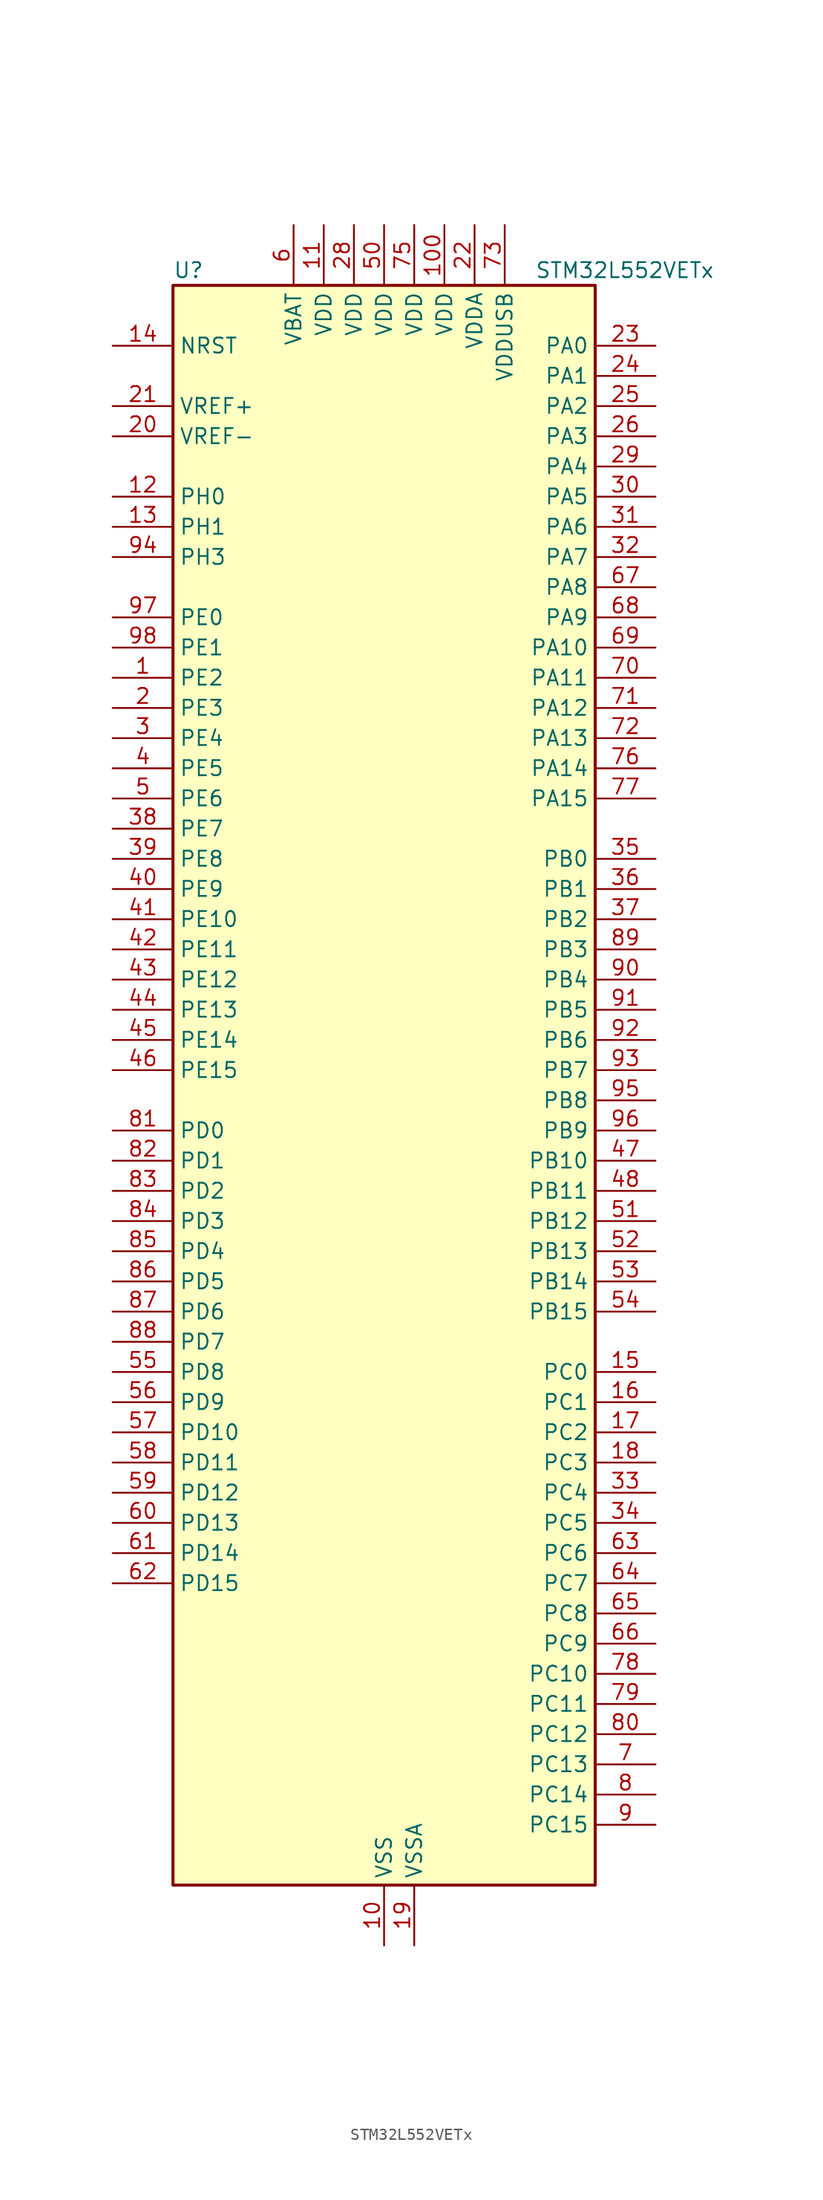
<source format=kicad_sym>
(kicad_symbol_lib
  (version 20241209)
  (generator "kicad_symbol_editor")
  (generator_version "9.0")
  (symbol "STM32L552VETx"
    (property "Reference" "U"
      (at -17.78 69.85 0)
      (effects (font (size 1.27 1.27)) (justify left)))
    (property "Value" "STM32L552VETx"
      (at 12.7 69.85 0)
      (effects (font (size 1.27 1.27)) (justify left)))
    (symbol "STM32L552VETx_0_1"
      (rectangle (start -17.78 -66.04) (end 17.78 68.58) (stroke (width 0.254) (type default)) (fill (type background))))
    (symbol "STM32L552VETx_1_1"
      (pin input line (at -22.86 63.5 0) (length 5.08) (name "NRST" (effects (font (size 1.27 1.27)))) (number "14" (effects (font (size 1.27 1.27)))))
      (pin input line (at -22.86 58.42 0) (length 5.08) (name "VREF+" (effects (font (size 1.27 1.27)))) (number "21" (effects (font (size 1.27 1.27)))) (alternate "VREFBUF_OUT" bidirectional line))
      (pin input line (at -22.86 55.88 0) (length 5.08) (name "VREF-" (effects (font (size 1.27 1.27)))) (number "20" (effects (font (size 1.27 1.27)))))
      (pin bidirectional line (at -22.86 50.8 0) (length 5.08) (name "PH0" (effects (font (size 1.27 1.27)))) (number "12" (effects (font (size 1.27 1.27)))) (alternate "RCC_OSC_IN" bidirectional line))
      (pin bidirectional line (at -22.86 48.26 0) (length 5.08) (name "PH1" (effects (font (size 1.27 1.27)))) (number "13" (effects (font (size 1.27 1.27)))) (alternate "RCC_OSC_OUT" bidirectional line))
      (pin bidirectional line (at -22.86 45.72 0) (length 5.08) (name "PH3" (effects (font (size 1.27 1.27)))) (number "94" (effects (font (size 1.27 1.27)))))
      (pin bidirectional line (at -22.86 40.64 0) (length 5.08) (name "PE0" (effects (font (size 1.27 1.27)))) (number "97" (effects (font (size 1.27 1.27)))) (alternate "FMC_NBL0" bidirectional line) (alternate "TIM16_CH1" bidirectional line) (alternate "TIM4_ETR" bidirectional line))
      (pin bidirectional line (at -22.86 38.1 0) (length 5.08) (name "PE1" (effects (font (size 1.27 1.27)))) (number "98" (effects (font (size 1.27 1.27)))) (alternate "FMC_NBL1" bidirectional line) (alternate "TIM17_CH1" bidirectional line))
      (pin bidirectional line (at -22.86 35.56 0) (length 5.08) (name "PE2" (effects (font (size 1.27 1.27)))) (number "1" (effects (font (size 1.27 1.27)))) (alternate "DEBUG_TRACECLK" bidirectional line) (alternate "FMC_A23" bidirectional line) (alternate "SAI1_CK1" bidirectional line) (alternate "SAI1_MCLK_A" bidirectional line) (alternate "TIM3_ETR" bidirectional line) (alternate "TSC_G7_IO1" bidirectional line))
      (pin bidirectional line (at -22.86 33.02 0) (length 5.08) (name "PE3" (effects (font (size 1.27 1.27)))) (number "2" (effects (font (size 1.27 1.27)))) (alternate "DEBUG_TRACED0" bidirectional line) (alternate "FMC_A19" bidirectional line) (alternate "OCTOSPI1_DQS" bidirectional line) (alternate "SAI1_SD_B" bidirectional line) (alternate "TIM3_CH1" bidirectional line) (alternate "TSC_G7_IO2" bidirectional line))
      (pin bidirectional line (at -22.86 30.48 0) (length 5.08) (name "PE4" (effects (font (size 1.27 1.27)))) (number "3" (effects (font (size 1.27 1.27)))) (alternate "DEBUG_TRACED1" bidirectional line) (alternate "DFSDM1_DATIN3" bidirectional line) (alternate "FMC_A20" bidirectional line) (alternate "SAI1_D2" bidirectional line) (alternate "SAI1_FS_A" bidirectional line) (alternate "TIM3_CH2" bidirectional line) (alternate "TSC_G7_IO3" bidirectional line))
      (pin bidirectional line (at -22.86 27.94 0) (length 5.08) (name "PE5" (effects (font (size 1.27 1.27)))) (number "4" (effects (font (size 1.27 1.27)))) (alternate "DEBUG_TRACED2" bidirectional line) (alternate "DFSDM1_CKIN3" bidirectional line) (alternate "FMC_A21" bidirectional line) (alternate "SAI1_CK2" bidirectional line) (alternate "SAI1_SCK_A" bidirectional line) (alternate "TIM3_CH3" bidirectional line) (alternate "TSC_G7_IO4" bidirectional line))
      (pin bidirectional line (at -22.86 25.4 0) (length 5.08) (name "PE6" (effects (font (size 1.27 1.27)))) (number "5" (effects (font (size 1.27 1.27)))) (alternate "DEBUG_TRACED3" bidirectional line) (alternate "FMC_A22" bidirectional line) (alternate "PWR_WKUP3" bidirectional line) (alternate "SAI1_D1" bidirectional line) (alternate "SAI1_SD_A" bidirectional line) (alternate "TAMP_IN3" bidirectional line) (alternate "TAMP_OUT6" bidirectional line) (alternate "TIM3_CH4" bidirectional line))
      (pin bidirectional line (at -22.86 22.86 0) (length 5.08) (name "PE7" (effects (font (size 1.27 1.27)))) (number "38" (effects (font (size 1.27 1.27)))) (alternate "DFSDM1_DATIN2" bidirectional line) (alternate "FMC_D4" bidirectional line) (alternate "FMC_DA4" bidirectional line) (alternate "SAI1_SD_B" bidirectional line) (alternate "TIM1_ETR" bidirectional line))
      (pin bidirectional line (at -22.86 20.32 0) (length 5.08) (name "PE8" (effects (font (size 1.27 1.27)))) (number "39" (effects (font (size 1.27 1.27)))) (alternate "DFSDM1_CKIN2" bidirectional line) (alternate "FMC_D5" bidirectional line) (alternate "FMC_DA5" bidirectional line) (alternate "SAI1_SCK_B" bidirectional line) (alternate "TIM1_CH1N" bidirectional line))
      (pin bidirectional line (at -22.86 17.78 0) (length 5.08) (name "PE9" (effects (font (size 1.27 1.27)))) (number "40" (effects (font (size 1.27 1.27)))) (alternate "DAC1_EXTI9" bidirectional line) (alternate "DFSDM1_CKOUT" bidirectional line) (alternate "FMC_D6" bidirectional line) (alternate "FMC_DA6" bidirectional line) (alternate "OCTOSPI1_NCLK" bidirectional line) (alternate "SAI1_FS_B" bidirectional line) (alternate "TIM1_CH1" bidirectional line))
      (pin bidirectional line (at -22.86 15.24 0) (length 5.08) (name "PE10" (effects (font (size 1.27 1.27)))) (number "41" (effects (font (size 1.27 1.27)))) (alternate "FMC_D7" bidirectional line) (alternate "FMC_DA7" bidirectional line) (alternate "OCTOSPI1_CLK" bidirectional line) (alternate "SAI1_MCLK_B" bidirectional line) (alternate "TIM1_CH2N" bidirectional line) (alternate "TSC_G5_IO1" bidirectional line))
      (pin bidirectional line (at -22.86 12.7 0) (length 5.08) (name "PE11" (effects (font (size 1.27 1.27)))) (number "42" (effects (font (size 1.27 1.27)))) (alternate "ADC1_EXTI11" bidirectional line) (alternate "ADC2_EXTI11" bidirectional line) (alternate "FMC_D8" bidirectional line) (alternate "FMC_DA8" bidirectional line) (alternate "OCTOSPI1_NCS" bidirectional line) (alternate "TIM1_CH2" bidirectional line) (alternate "TSC_G5_IO2" bidirectional line))
      (pin bidirectional line (at -22.86 10.16 0) (length 5.08) (name "PE12" (effects (font (size 1.27 1.27)))) (number "43" (effects (font (size 1.27 1.27)))) (alternate "FMC_D9" bidirectional line) (alternate "FMC_DA9" bidirectional line) (alternate "OCTOSPI1_IO0" bidirectional line) (alternate "SPI1_NSS" bidirectional line) (alternate "TIM1_CH3N" bidirectional line) (alternate "TSC_G5_IO3" bidirectional line))
      (pin bidirectional line (at -22.86 7.62 0) (length 5.08) (name "PE13" (effects (font (size 1.27 1.27)))) (number "44" (effects (font (size 1.27 1.27)))) (alternate "FMC_D10" bidirectional line) (alternate "FMC_DA10" bidirectional line) (alternate "OCTOSPI1_IO1" bidirectional line) (alternate "SPI1_SCK" bidirectional line) (alternate "TIM1_CH3" bidirectional line) (alternate "TSC_G5_IO4" bidirectional line))
      (pin bidirectional line (at -22.86 5.08 0) (length 5.08) (name "PE14" (effects (font (size 1.27 1.27)))) (number "45" (effects (font (size 1.27 1.27)))) (alternate "FMC_D11" bidirectional line) (alternate "FMC_DA11" bidirectional line) (alternate "OCTOSPI1_IO2" bidirectional line) (alternate "SPI1_MISO" bidirectional line) (alternate "TIM1_BKIN2" bidirectional line) (alternate "TIM1_CH4" bidirectional line))
      (pin bidirectional line (at -22.86 2.54 0) (length 5.08) (name "PE15" (effects (font (size 1.27 1.27)))) (number "46" (effects (font (size 1.27 1.27)))) (alternate "ADC1_EXTI15" bidirectional line) (alternate "ADC2_EXTI15" bidirectional line) (alternate "FMC_D12" bidirectional line) (alternate "FMC_DA12" bidirectional line) (alternate "OCTOSPI1_IO3" bidirectional line) (alternate "SPI1_MOSI" bidirectional line) (alternate "TIM1_BKIN" bidirectional line))
      (pin bidirectional line (at -22.86 -2.54 0) (length 5.08) (name "PD0" (effects (font (size 1.27 1.27)))) (number "81" (effects (font (size 1.27 1.27)))) (alternate "FDCAN1_RX" bidirectional line) (alternate "FMC_D2" bidirectional line) (alternate "FMC_DA2" bidirectional line) (alternate "SPI2_NSS" bidirectional line))
      (pin bidirectional line (at -22.86 -5.08 0) (length 5.08) (name "PD1" (effects (font (size 1.27 1.27)))) (number "82" (effects (font (size 1.27 1.27)))) (alternate "FDCAN1_TX" bidirectional line) (alternate "FMC_D3" bidirectional line) (alternate "FMC_DA3" bidirectional line) (alternate "SPI2_SCK" bidirectional line))
      (pin bidirectional line (at -22.86 -7.62 0) (length 5.08) (name "PD2" (effects (font (size 1.27 1.27)))) (number "83" (effects (font (size 1.27 1.27)))) (alternate "DEBUG_TRACED2" bidirectional line) (alternate "SDMMC1_CMD" bidirectional line) (alternate "TIM3_ETR" bidirectional line) (alternate "TSC_SYNC" bidirectional line) (alternate "UART5_RX" bidirectional line) (alternate "USART3_DE" bidirectional line) (alternate "USART3_RTS" bidirectional line))
      (pin bidirectional line (at -22.86 -10.16 0) (length 5.08) (name "PD3" (effects (font (size 1.27 1.27)))) (number "84" (effects (font (size 1.27 1.27)))) (alternate "DFSDM1_DATIN0" bidirectional line) (alternate "FMC_CLK" bidirectional line) (alternate "SPI2_MISO" bidirectional line) (alternate "SPI2_SCK" bidirectional line) (alternate "USART2_CTS" bidirectional line) (alternate "USART2_NSS" bidirectional line))
      (pin bidirectional line (at -22.86 -12.7 0) (length 5.08) (name "PD4" (effects (font (size 1.27 1.27)))) (number "85" (effects (font (size 1.27 1.27)))) (alternate "DFSDM1_CKIN0" bidirectional line) (alternate "FMC_NOE" bidirectional line) (alternate "OCTOSPI1_IO4" bidirectional line) (alternate "SPI2_MOSI" bidirectional line) (alternate "USART2_DE" bidirectional line) (alternate "USART2_RTS" bidirectional line))
      (pin bidirectional line (at -22.86 -15.24 0) (length 5.08) (name "PD5" (effects (font (size 1.27 1.27)))) (number "86" (effects (font (size 1.27 1.27)))) (alternate "FMC_NWE" bidirectional line) (alternate "OCTOSPI1_IO5" bidirectional line) (alternate "USART2_TX" bidirectional line))
      (pin bidirectional line (at -22.86 -17.78 0) (length 5.08) (name "PD6" (effects (font (size 1.27 1.27)))) (number "87" (effects (font (size 1.27 1.27)))) (alternate "DFSDM1_DATIN1" bidirectional line) (alternate "FMC_NWAIT" bidirectional line) (alternate "OCTOSPI1_IO6" bidirectional line) (alternate "SAI1_D1" bidirectional line) (alternate "SAI1_SD_A" bidirectional line) (alternate "SPI3_MOSI" bidirectional line) (alternate "USART2_RX" bidirectional line))
      (pin bidirectional line (at -22.86 -20.32 0) (length 5.08) (name "PD7" (effects (font (size 1.27 1.27)))) (number "88" (effects (font (size 1.27 1.27)))) (alternate "DFSDM1_CKIN1" bidirectional line) (alternate "FMC_NCE" bidirectional line) (alternate "FMC_NE1" bidirectional line) (alternate "OCTOSPI1_IO7" bidirectional line) (alternate "USART2_CK" bidirectional line))
      (pin bidirectional line (at -22.86 -22.86 0) (length 5.08) (name "PD8" (effects (font (size 1.27 1.27)))) (number "55" (effects (font (size 1.27 1.27)))) (alternate "FMC_D13" bidirectional line) (alternate "FMC_DA13" bidirectional line) (alternate "USART3_TX" bidirectional line))
      (pin bidirectional line (at -22.86 -25.4 0) (length 5.08) (name "PD9" (effects (font (size 1.27 1.27)))) (number "56" (effects (font (size 1.27 1.27)))) (alternate "DAC1_EXTI9" bidirectional line) (alternate "FMC_D14" bidirectional line) (alternate "FMC_DA14" bidirectional line) (alternate "SAI2_MCLK_A" bidirectional line) (alternate "USART3_RX" bidirectional line))
      (pin bidirectional line (at -22.86 -27.94 0) (length 5.08) (name "PD10" (effects (font (size 1.27 1.27)))) (number "57" (effects (font (size 1.27 1.27)))) (alternate "FMC_D15" bidirectional line) (alternate "FMC_DA15" bidirectional line) (alternate "SAI2_SCK_A" bidirectional line) (alternate "TSC_G6_IO1" bidirectional line) (alternate "USART3_CK" bidirectional line))
      (pin bidirectional line (at -22.86 -30.48 0) (length 5.08) (name "PD11" (effects (font (size 1.27 1.27)))) (number "58" (effects (font (size 1.27 1.27)))) (alternate "ADC1_EXTI11" bidirectional line) (alternate "ADC2_EXTI11" bidirectional line) (alternate "FMC_A16" bidirectional line) (alternate "FMC_CLE" bidirectional line) (alternate "I2C4_SMBA" bidirectional line) (alternate "LPTIM2_ETR" bidirectional line) (alternate "SAI2_SD_A" bidirectional line) (alternate "TSC_G6_IO2" bidirectional line) (alternate "USART3_CTS" bidirectional line) (alternate "USART3_NSS" bidirectional line))
      (pin bidirectional line (at -22.86 -33.02 0) (length 5.08) (name "PD12" (effects (font (size 1.27 1.27)))) (number "59" (effects (font (size 1.27 1.27)))) (alternate "FMC_A17" bidirectional line) (alternate "FMC_ALE" bidirectional line) (alternate "I2C4_SCL" bidirectional line) (alternate "LPTIM2_IN1" bidirectional line) (alternate "SAI2_FS_A" bidirectional line) (alternate "TIM4_CH1" bidirectional line) (alternate "TSC_G6_IO3" bidirectional line) (alternate "USART3_DE" bidirectional line) (alternate "USART3_RTS" bidirectional line))
      (pin bidirectional line (at -22.86 -35.56 0) (length 5.08) (name "PD13" (effects (font (size 1.27 1.27)))) (number "60" (effects (font (size 1.27 1.27)))) (alternate "FMC_A18" bidirectional line) (alternate "I2C4_SDA" bidirectional line) (alternate "LPTIM2_OUT" bidirectional line) (alternate "TIM4_CH2" bidirectional line) (alternate "TSC_G6_IO4" bidirectional line))
      (pin bidirectional line (at -22.86 -38.1 0) (length 5.08) (name "PD14" (effects (font (size 1.27 1.27)))) (number "61" (effects (font (size 1.27 1.27)))) (alternate "FMC_D0" bidirectional line) (alternate "FMC_DA0" bidirectional line) (alternate "TIM4_CH3" bidirectional line))
      (pin bidirectional line (at -22.86 -40.64 0) (length 5.08) (name "PD15" (effects (font (size 1.27 1.27)))) (number "62" (effects (font (size 1.27 1.27)))) (alternate "ADC1_EXTI15" bidirectional line) (alternate "ADC2_EXTI15" bidirectional line) (alternate "FMC_D1" bidirectional line) (alternate "FMC_DA1" bidirectional line) (alternate "TIM4_CH4" bidirectional line))
      (pin power_in line (at -7.62 73.66 270) (length 5.08) (name "VBAT" (effects (font (size 1.27 1.27)))) (number "6" (effects (font (size 1.27 1.27)))))
      (pin power_in line (at -5.08 73.66 270) (length 5.08) (name "VDD" (effects (font (size 1.27 1.27)))) (number "11" (effects (font (size 1.27 1.27)))))
      (pin power_in line (at -2.54 73.66 270) (length 5.08) (name "VDD" (effects (font (size 1.27 1.27)))) (number "28" (effects (font (size 1.27 1.27)))))
      (pin power_in line (at 0 73.66 270) (length 5.08) (name "VDD" (effects (font (size 1.27 1.27)))) (number "50" (effects (font (size 1.27 1.27)))))
      (pin power_in line (at 0 -71.12 90) (length 5.08) (name "VSS" (effects (font (size 1.27 1.27)))) (number "10" (effects (font (size 1.27 1.27)))))
      (pin passive line (at 0 -71.12 90) (length 5.08) (hide yes) (name "VSS" (effects (font (size 1.27 1.27)))) (number "27" (effects (font (size 1.27 1.27)))))
      (pin passive line (at 0 -71.12 90) (length 5.08) (hide yes) (name "VSS" (effects (font (size 1.27 1.27)))) (number "49" (effects (font (size 1.27 1.27)))))
      (pin passive line (at 0 -71.12 90) (length 5.08) (hide yes) (name "VSS" (effects (font (size 1.27 1.27)))) (number "74" (effects (font (size 1.27 1.27)))))
      (pin passive line (at 0 -71.12 90) (length 5.08) (hide yes) (name "VSS" (effects (font (size 1.27 1.27)))) (number "99" (effects (font (size 1.27 1.27)))))
      (pin power_in line (at 2.54 73.66 270) (length 5.08) (name "VDD" (effects (font (size 1.27 1.27)))) (number "75" (effects (font (size 1.27 1.27)))))
      (pin power_in line (at 2.54 -71.12 90) (length 5.08) (name "VSSA" (effects (font (size 1.27 1.27)))) (number "19" (effects (font (size 1.27 1.27)))))
      (pin power_in line (at 5.08 73.66 270) (length 5.08) (name "VDD" (effects (font (size 1.27 1.27)))) (number "100" (effects (font (size 1.27 1.27)))))
      (pin power_in line (at 7.62 73.66 270) (length 5.08) (name "VDDA" (effects (font (size 1.27 1.27)))) (number "22" (effects (font (size 1.27 1.27)))))
      (pin power_in line (at 10.16 73.66 270) (length 5.08) (name "VDDUSB" (effects (font (size 1.27 1.27)))) (number "73" (effects (font (size 1.27 1.27)))))
      (pin bidirectional line (at 22.86 63.5 180) (length 5.08) (name "PA0" (effects (font (size 1.27 1.27)))) (number "23" (effects (font (size 1.27 1.27)))) (alternate "ADC1_IN5" bidirectional line) (alternate "ADC2_IN5" bidirectional line) (alternate "OPAMP1_VINP" bidirectional line) (alternate "PWR_WKUP1" bidirectional line) (alternate "SAI1_EXTCLK" bidirectional line) (alternate "TAMP_IN2" bidirectional line) (alternate "TAMP_OUT1" bidirectional line) (alternate "TIM2_CH1" bidirectional line) (alternate "TIM2_ETR" bidirectional line) (alternate "TIM5_CH1" bidirectional line) (alternate "TIM8_ETR" bidirectional line) (alternate "UART4_TX" bidirectional line) (alternate "USART2_CTS" bidirectional line) (alternate "USART2_NSS" bidirectional line))
      (pin bidirectional line (at 22.86 60.96 180) (length 5.08) (name "PA1" (effects (font (size 1.27 1.27)))) (number "24" (effects (font (size 1.27 1.27)))) (alternate "ADC1_IN6" bidirectional line) (alternate "ADC2_IN6" bidirectional line) (alternate "I2C1_SMBA" bidirectional line) (alternate "OCTOSPI1_DQS" bidirectional line) (alternate "OPAMP1_VINM" bidirectional line) (alternate "SPI1_SCK" bidirectional line) (alternate "TAMP_IN5" bidirectional line) (alternate "TAMP_OUT4" bidirectional line) (alternate "TIM15_CH1N" bidirectional line) (alternate "TIM2_CH2" bidirectional line) (alternate "TIM5_CH2" bidirectional line) (alternate "UART4_RX" bidirectional line) (alternate "USART2_DE" bidirectional line) (alternate "USART2_RTS" bidirectional line))
      (pin bidirectional line (at 22.86 58.42 180) (length 5.08) (name "PA2" (effects (font (size 1.27 1.27)))) (number "25" (effects (font (size 1.27 1.27)))) (alternate "ADC1_IN7" bidirectional line) (alternate "ADC2_IN7" bidirectional line) (alternate "COMP1_INP" bidirectional line) (alternate "LPUART1_TX" bidirectional line) (alternate "OCTOSPI1_NCS" bidirectional line) (alternate "PWR_WKUP4" bidirectional line) (alternate "RCC_LSCO" bidirectional line) (alternate "SAI2_EXTCLK" bidirectional line) (alternate "TIM15_CH1" bidirectional line) (alternate "TIM2_CH3" bidirectional line) (alternate "TIM5_CH3" bidirectional line) (alternate "UCPD1_FRSTX1" bidirectional line) (alternate "USART2_TX" bidirectional line))
      (pin bidirectional line (at 22.86 55.88 180) (length 5.08) (name "PA3" (effects (font (size 1.27 1.27)))) (number "26" (effects (font (size 1.27 1.27)))) (alternate "ADC1_IN8" bidirectional line) (alternate "ADC2_IN8" bidirectional line) (alternate "LPUART1_RX" bidirectional line) (alternate "OCTOSPI1_CLK" bidirectional line) (alternate "OPAMP1_VOUT" bidirectional line) (alternate "SAI1_CK1" bidirectional line) (alternate "SAI1_MCLK_A" bidirectional line) (alternate "TIM15_CH2" bidirectional line) (alternate "TIM2_CH4" bidirectional line) (alternate "TIM5_CH4" bidirectional line) (alternate "USART2_RX" bidirectional line))
      (pin bidirectional line (at 22.86 53.34 180) (length 5.08) (name "PA4" (effects (font (size 1.27 1.27)))) (number "29" (effects (font (size 1.27 1.27)))) (alternate "ADC1_IN9" bidirectional line) (alternate "ADC2_IN9" bidirectional line) (alternate "DAC1_OUT1" bidirectional line) (alternate "LPTIM2_OUT" bidirectional line) (alternate "OCTOSPI1_NCS" bidirectional line) (alternate "SAI1_FS_B" bidirectional line) (alternate "SPI1_NSS" bidirectional line) (alternate "SPI3_NSS" bidirectional line) (alternate "USART2_CK" bidirectional line))
      (pin bidirectional line (at 22.86 50.8 180) (length 5.08) (name "PA5" (effects (font (size 1.27 1.27)))) (number "30" (effects (font (size 1.27 1.27)))) (alternate "ADC1_IN10" bidirectional line) (alternate "ADC2_IN10" bidirectional line) (alternate "DAC1_OUT2" bidirectional line) (alternate "LPTIM2_ETR" bidirectional line) (alternate "SPI1_SCK" bidirectional line) (alternate "TIM2_CH1" bidirectional line) (alternate "TIM2_ETR" bidirectional line) (alternate "TIM8_CH1N" bidirectional line))
      (pin bidirectional line (at 22.86 48.26 180) (length 5.08) (name "PA6" (effects (font (size 1.27 1.27)))) (number "31" (effects (font (size 1.27 1.27)))) (alternate "ADC1_IN11" bidirectional line) (alternate "ADC2_IN11" bidirectional line) (alternate "LPUART1_CTS" bidirectional line) (alternate "OCTOSPI1_IO3" bidirectional line) (alternate "OPAMP2_VINP" bidirectional line) (alternate "SPI1_MISO" bidirectional line) (alternate "TIM16_CH1" bidirectional line) (alternate "TIM1_BKIN" bidirectional line) (alternate "TIM3_CH1" bidirectional line) (alternate "TIM8_BKIN" bidirectional line) (alternate "USART3_CTS" bidirectional line) (alternate "USART3_NSS" bidirectional line))
      (pin bidirectional line (at 22.86 45.72 180) (length 5.08) (name "PA7" (effects (font (size 1.27 1.27)))) (number "32" (effects (font (size 1.27 1.27)))) (alternate "ADC1_IN12" bidirectional line) (alternate "ADC2_IN12" bidirectional line) (alternate "I2C3_SCL" bidirectional line) (alternate "OCTOSPI1_IO2" bidirectional line) (alternate "OPAMP2_VINM" bidirectional line) (alternate "SPI1_MOSI" bidirectional line) (alternate "TIM17_CH1" bidirectional line) (alternate "TIM1_CH1N" bidirectional line) (alternate "TIM3_CH2" bidirectional line) (alternate "TIM8_CH1N" bidirectional line))
      (pin bidirectional line (at 22.86 43.18 180) (length 5.08) (name "PA8" (effects (font (size 1.27 1.27)))) (number "67" (effects (font (size 1.27 1.27)))) (alternate "LPTIM2_OUT" bidirectional line) (alternate "RCC_MCO" bidirectional line) (alternate "SAI1_CK2" bidirectional line) (alternate "SAI1_SCK_A" bidirectional line) (alternate "TIM1_CH1" bidirectional line) (alternate "USART1_CK" bidirectional line))
      (pin bidirectional line (at 22.86 40.64 180) (length 5.08) (name "PA9" (effects (font (size 1.27 1.27)))) (number "68" (effects (font (size 1.27 1.27)))) (alternate "DAC1_EXTI9" bidirectional line) (alternate "SAI1_FS_A" bidirectional line) (alternate "SPI2_SCK" bidirectional line) (alternate "TIM15_BKIN" bidirectional line) (alternate "TIM1_CH2" bidirectional line) (alternate "USART1_TX" bidirectional line))
      (pin bidirectional line (at 22.86 38.1 180) (length 5.08) (name "PA10" (effects (font (size 1.27 1.27)))) (number "69" (effects (font (size 1.27 1.27)))) (alternate "CRS_SYNC" bidirectional line) (alternate "SAI1_D1" bidirectional line) (alternate "SAI1_SD_A" bidirectional line) (alternate "TIM17_BKIN" bidirectional line) (alternate "TIM1_CH3" bidirectional line) (alternate "USART1_RX" bidirectional line))
      (pin bidirectional line (at 22.86 35.56 180) (length 5.08) (name "PA11" (effects (font (size 1.27 1.27)))) (number "70" (effects (font (size 1.27 1.27)))) (alternate "ADC1_EXTI11" bidirectional line) (alternate "ADC2_EXTI11" bidirectional line) (alternate "FDCAN1_RX" bidirectional line) (alternate "SPI1_MISO" bidirectional line) (alternate "TIM1_BKIN2" bidirectional line) (alternate "TIM1_CH4" bidirectional line) (alternate "USART1_CTS" bidirectional line) (alternate "USART1_NSS" bidirectional line) (alternate "USB_DM" bidirectional line))
      (pin bidirectional line (at 22.86 33.02 180) (length 5.08) (name "PA12" (effects (font (size 1.27 1.27)))) (number "71" (effects (font (size 1.27 1.27)))) (alternate "FDCAN1_TX" bidirectional line) (alternate "SPI1_MOSI" bidirectional line) (alternate "TIM1_ETR" bidirectional line) (alternate "USART1_DE" bidirectional line) (alternate "USART1_RTS" bidirectional line) (alternate "USB_DP" bidirectional line))
      (pin bidirectional line (at 22.86 30.48 180) (length 5.08) (name "PA13" (effects (font (size 1.27 1.27)))) (number "72" (effects (font (size 1.27 1.27)))) (alternate "DEBUG_JTMS-SWDIO" bidirectional line) (alternate "IR_OUT" bidirectional line) (alternate "SAI1_SD_B" bidirectional line) (alternate "USB_NOE" bidirectional line))
      (pin bidirectional line (at 22.86 27.94 180) (length 5.08) (name "PA14" (effects (font (size 1.27 1.27)))) (number "76" (effects (font (size 1.27 1.27)))) (alternate "DEBUG_JTCK-SWCLK" bidirectional line) (alternate "I2C1_SMBA" bidirectional line) (alternate "I2C4_SMBA" bidirectional line) (alternate "LPTIM1_OUT" bidirectional line) (alternate "SAI1_FS_B" bidirectional line))
      (pin bidirectional line (at 22.86 25.4 180) (length 5.08) (name "PA15" (effects (font (size 1.27 1.27)))) (number "77" (effects (font (size 1.27 1.27)))) (alternate "ADC1_EXTI15" bidirectional line) (alternate "ADC2_EXTI15" bidirectional line) (alternate "DEBUG_JTDI" bidirectional line) (alternate "SAI2_FS_B" bidirectional line) (alternate "SPI1_NSS" bidirectional line) (alternate "SPI3_NSS" bidirectional line) (alternate "TIM2_CH1" bidirectional line) (alternate "TIM2_ETR" bidirectional line) (alternate "UART4_DE" bidirectional line) (alternate "UART4_RTS" bidirectional line) (alternate "UCPD1_CC1" bidirectional line) (alternate "USART2_RX" bidirectional line) (alternate "USART3_DE" bidirectional line) (alternate "USART3_RTS" bidirectional line))
      (pin bidirectional line (at 22.86 20.32 180) (length 5.08) (name "PB0" (effects (font (size 1.27 1.27)))) (number "35" (effects (font (size 1.27 1.27)))) (alternate "ADC1_IN15" bidirectional line) (alternate "ADC2_IN15" bidirectional line) (alternate "COMP1_OUT" bidirectional line) (alternate "OCTOSPI1_IO1" bidirectional line) (alternate "OPAMP2_VOUT" bidirectional line) (alternate "SAI1_EXTCLK" bidirectional line) (alternate "SPI1_NSS" bidirectional line) (alternate "TIM1_CH2N" bidirectional line) (alternate "TIM3_CH3" bidirectional line) (alternate "TIM8_CH2N" bidirectional line) (alternate "USART3_CK" bidirectional line))
      (pin bidirectional line (at 22.86 17.78 180) (length 5.08) (name "PB1" (effects (font (size 1.27 1.27)))) (number "36" (effects (font (size 1.27 1.27)))) (alternate "ADC1_IN16" bidirectional line) (alternate "ADC2_IN16" bidirectional line) (alternate "COMP1_INM" bidirectional line) (alternate "DFSDM1_DATIN0" bidirectional line) (alternate "LPTIM2_IN1" bidirectional line) (alternate "LPUART1_DE" bidirectional line) (alternate "LPUART1_RTS" bidirectional line) (alternate "OCTOSPI1_IO0" bidirectional line) (alternate "TIM1_CH3N" bidirectional line) (alternate "TIM3_CH4" bidirectional line) (alternate "TIM8_CH3N" bidirectional line) (alternate "USART3_DE" bidirectional line) (alternate "USART3_RTS" bidirectional line))
      (pin bidirectional line (at 22.86 15.24 180) (length 5.08) (name "PB2" (effects (font (size 1.27 1.27)))) (number "37" (effects (font (size 1.27 1.27)))) (alternate "COMP1_INP" bidirectional line) (alternate "DFSDM1_CKIN0" bidirectional line) (alternate "I2C3_SMBA" bidirectional line) (alternate "LPTIM1_OUT" bidirectional line) (alternate "OCTOSPI1_DQS" bidirectional line) (alternate "RTC_OUT2" bidirectional line) (alternate "UCPD1_FRSTX1" bidirectional line))
      (pin bidirectional line (at 22.86 12.7 180) (length 5.08) (name "PB3" (effects (font (size 1.27 1.27)))) (number "89" (effects (font (size 1.27 1.27)))) (alternate "COMP2_INM" bidirectional line) (alternate "CRS_SYNC" bidirectional line) (alternate "DEBUG_JTDO-SWO" bidirectional line) (alternate "SAI1_SCK_B" bidirectional line) (alternate "SPI1_SCK" bidirectional line) (alternate "SPI3_SCK" bidirectional line) (alternate "TIM2_CH2" bidirectional line) (alternate "USART1_DE" bidirectional line) (alternate "USART1_RTS" bidirectional line))
      (pin bidirectional line (at 22.86 10.16 180) (length 5.08) (name "PB4" (effects (font (size 1.27 1.27)))) (number "90" (effects (font (size 1.27 1.27)))) (alternate "COMP2_INP" bidirectional line) (alternate "DEBUG_JTRST" bidirectional line) (alternate "I2C3_SDA" bidirectional line) (alternate "SAI1_MCLK_B" bidirectional line) (alternate "SPI1_MISO" bidirectional line) (alternate "SPI3_MISO" bidirectional line) (alternate "TIM17_BKIN" bidirectional line) (alternate "TIM3_CH1" bidirectional line) (alternate "TSC_G2_IO1" bidirectional line) (alternate "UART5_DE" bidirectional line) (alternate "UART5_RTS" bidirectional line) (alternate "USART1_CTS" bidirectional line) (alternate "USART1_NSS" bidirectional line))
      (pin bidirectional line (at 22.86 7.62 180) (length 5.08) (name "PB5" (effects (font (size 1.27 1.27)))) (number "91" (effects (font (size 1.27 1.27)))) (alternate "COMP2_OUT" bidirectional line) (alternate "I2C1_SMBA" bidirectional line) (alternate "LPTIM1_IN1" bidirectional line) (alternate "OCTOSPI1_NCLK" bidirectional line) (alternate "SAI1_SD_B" bidirectional line) (alternate "SPI1_MOSI" bidirectional line) (alternate "SPI3_MOSI" bidirectional line) (alternate "TIM16_BKIN" bidirectional line) (alternate "TIM3_CH2" bidirectional line) (alternate "TSC_G2_IO2" bidirectional line) (alternate "UART5_CTS" bidirectional line) (alternate "UCPD1_DBCC1" bidirectional line) (alternate "USART1_CK" bidirectional line))
      (pin bidirectional line (at 22.86 5.08 180) (length 5.08) (name "PB6" (effects (font (size 1.27 1.27)))) (number "92" (effects (font (size 1.27 1.27)))) (alternate "COMP2_INP" bidirectional line) (alternate "I2C1_SCL" bidirectional line) (alternate "I2C4_SCL" bidirectional line) (alternate "LPTIM1_ETR" bidirectional line) (alternate "SAI1_FS_B" bidirectional line) (alternate "TIM16_CH1N" bidirectional line) (alternate "TIM4_CH1" bidirectional line) (alternate "TIM8_BKIN2" bidirectional line) (alternate "TSC_G2_IO3" bidirectional line) (alternate "USART1_TX" bidirectional line))
      (pin bidirectional line (at 22.86 2.54 180) (length 5.08) (name "PB7" (effects (font (size 1.27 1.27)))) (number "93" (effects (font (size 1.27 1.27)))) (alternate "COMP2_INM" bidirectional line) (alternate "FMC_NL" bidirectional line) (alternate "I2C1_SDA" bidirectional line) (alternate "I2C4_SDA" bidirectional line) (alternate "LPTIM1_IN2" bidirectional line) (alternate "PWR_PVD_IN" bidirectional line) (alternate "TIM17_CH1N" bidirectional line) (alternate "TIM4_CH2" bidirectional line) (alternate "TIM8_BKIN" bidirectional line) (alternate "TSC_G2_IO4" bidirectional line) (alternate "UART4_CTS" bidirectional line) (alternate "USART1_RX" bidirectional line))
      (pin bidirectional line (at 22.86 0 180) (length 5.08) (name "PB8" (effects (font (size 1.27 1.27)))) (number "95" (effects (font (size 1.27 1.27)))) (alternate "DFSDM1_CKOUT" bidirectional line) (alternate "FDCAN1_RX" bidirectional line) (alternate "I2C1_SCL" bidirectional line) (alternate "SAI1_CK1" bidirectional line) (alternate "SAI1_MCLK_A" bidirectional line) (alternate "SDMMC1_CKIN" bidirectional line) (alternate "SDMMC1_D4" bidirectional line) (alternate "TIM16_CH1" bidirectional line) (alternate "TIM4_CH3" bidirectional line))
      (pin bidirectional line (at 22.86 -2.54 180) (length 5.08) (name "PB9" (effects (font (size 1.27 1.27)))) (number "96" (effects (font (size 1.27 1.27)))) (alternate "DAC1_EXTI9" bidirectional line) (alternate "FDCAN1_TX" bidirectional line) (alternate "I2C1_SDA" bidirectional line) (alternate "IR_OUT" bidirectional line) (alternate "SAI1_D2" bidirectional line) (alternate "SAI1_FS_A" bidirectional line) (alternate "SDMMC1_CDIR" bidirectional line) (alternate "SDMMC1_D5" bidirectional line) (alternate "SPI2_NSS" bidirectional line) (alternate "TIM17_CH1" bidirectional line) (alternate "TIM4_CH4" bidirectional line))
      (pin bidirectional line (at 22.86 -5.08 180) (length 5.08) (name "PB10" (effects (font (size 1.27 1.27)))) (number "47" (effects (font (size 1.27 1.27)))) (alternate "COMP1_OUT" bidirectional line) (alternate "I2C2_SCL" bidirectional line) (alternate "I2C4_SCL" bidirectional line) (alternate "LPTIM3_OUT" bidirectional line) (alternate "LPUART1_RX" bidirectional line) (alternate "OCTOSPI1_CLK" bidirectional line) (alternate "SAI1_SCK_A" bidirectional line) (alternate "SPI2_SCK" bidirectional line) (alternate "TIM2_CH3" bidirectional line) (alternate "TSC_SYNC" bidirectional line) (alternate "USART3_TX" bidirectional line))
      (pin bidirectional line (at 22.86 -7.62 180) (length 5.08) (name "PB11" (effects (font (size 1.27 1.27)))) (number "48" (effects (font (size 1.27 1.27)))) (alternate "ADC1_EXTI11" bidirectional line) (alternate "ADC2_EXTI11" bidirectional line) (alternate "COMP2_OUT" bidirectional line) (alternate "I2C2_SDA" bidirectional line) (alternate "I2C4_SDA" bidirectional line) (alternate "LPUART1_TX" bidirectional line) (alternate "OCTOSPI1_NCS" bidirectional line) (alternate "TIM2_CH4" bidirectional line) (alternate "USART3_RX" bidirectional line))
      (pin bidirectional line (at 22.86 -10.16 180) (length 5.08) (name "PB12" (effects (font (size 1.27 1.27)))) (number "51" (effects (font (size 1.27 1.27)))) (alternate "DFSDM1_DATIN1" bidirectional line) (alternate "I2C2_SMBA" bidirectional line) (alternate "LPUART1_DE" bidirectional line) (alternate "LPUART1_RTS" bidirectional line) (alternate "OCTOSPI1_NCLK" bidirectional line) (alternate "SAI2_FS_A" bidirectional line) (alternate "SPI2_NSS" bidirectional line) (alternate "TIM15_BKIN" bidirectional line) (alternate "TIM1_BKIN" bidirectional line) (alternate "TSC_G1_IO1" bidirectional line) (alternate "USART3_CK" bidirectional line))
      (pin bidirectional line (at 22.86 -12.7 180) (length 5.08) (name "PB13" (effects (font (size 1.27 1.27)))) (number "52" (effects (font (size 1.27 1.27)))) (alternate "DFSDM1_CKIN1" bidirectional line) (alternate "I2C2_SCL" bidirectional line) (alternate "LPTIM3_IN1" bidirectional line) (alternate "LPUART1_CTS" bidirectional line) (alternate "SAI2_SCK_A" bidirectional line) (alternate "SPI2_SCK" bidirectional line) (alternate "TIM15_CH1N" bidirectional line) (alternate "TIM1_CH1N" bidirectional line) (alternate "TSC_G1_IO2" bidirectional line) (alternate "UCPD1_FRSTX2" bidirectional line) (alternate "USART3_CTS" bidirectional line) (alternate "USART3_NSS" bidirectional line))
      (pin bidirectional line (at 22.86 -15.24 180) (length 5.08) (name "PB14" (effects (font (size 1.27 1.27)))) (number "53" (effects (font (size 1.27 1.27)))) (alternate "DFSDM1_DATIN2" bidirectional line) (alternate "I2C2_SDA" bidirectional line) (alternate "LPTIM3_ETR" bidirectional line) (alternate "SAI2_MCLK_A" bidirectional line) (alternate "SPI2_MISO" bidirectional line) (alternate "TIM15_CH1" bidirectional line) (alternate "TIM1_CH2N" bidirectional line) (alternate "TIM8_CH2N" bidirectional line) (alternate "TSC_G1_IO3" bidirectional line) (alternate "UCPD1_DBCC2" bidirectional line) (alternate "USART3_DE" bidirectional line) (alternate "USART3_RTS" bidirectional line))
      (pin bidirectional line (at 22.86 -17.78 180) (length 5.08) (name "PB15" (effects (font (size 1.27 1.27)))) (number "54" (effects (font (size 1.27 1.27)))) (alternate "ADC1_EXTI15" bidirectional line) (alternate "ADC2_EXTI15" bidirectional line) (alternate "DFSDM1_CKIN2" bidirectional line) (alternate "RTC_REFIN" bidirectional line) (alternate "SAI2_SD_A" bidirectional line) (alternate "SPI2_MOSI" bidirectional line) (alternate "TIM15_CH2" bidirectional line) (alternate "TIM1_CH3N" bidirectional line) (alternate "TIM8_CH3N" bidirectional line) (alternate "UCPD1_CC2" bidirectional line))
      (pin bidirectional line (at 22.86 -22.86 180) (length 5.08) (name "PC0" (effects (font (size 1.27 1.27)))) (number "15" (effects (font (size 1.27 1.27)))) (alternate "ADC1_IN1" bidirectional line) (alternate "ADC2_IN1" bidirectional line) (alternate "I2C3_SCL" bidirectional line) (alternate "LPTIM1_IN1" bidirectional line) (alternate "LPTIM2_IN1" bidirectional line) (alternate "LPUART1_RX" bidirectional line) (alternate "OCTOSPI1_IO7" bidirectional line) (alternate "SAI2_FS_A" bidirectional line) (alternate "SDMMC1_D5" bidirectional line))
      (pin bidirectional line (at 22.86 -25.4 180) (length 5.08) (name "PC1" (effects (font (size 1.27 1.27)))) (number "16" (effects (font (size 1.27 1.27)))) (alternate "ADC1_IN2" bidirectional line) (alternate "ADC2_IN2" bidirectional line) (alternate "DEBUG_TRACED0" bidirectional line) (alternate "I2C3_SDA" bidirectional line) (alternate "LPTIM1_OUT" bidirectional line) (alternate "LPUART1_TX" bidirectional line) (alternate "OCTOSPI1_IO4" bidirectional line) (alternate "SAI1_SD_A" bidirectional line) (alternate "SPI2_MOSI" bidirectional line))
      (pin bidirectional line (at 22.86 -27.94 180) (length 5.08) (name "PC2" (effects (font (size 1.27 1.27)))) (number "17" (effects (font (size 1.27 1.27)))) (alternate "ADC1_IN3" bidirectional line) (alternate "ADC2_IN3" bidirectional line) (alternate "DFSDM1_CKOUT" bidirectional line) (alternate "LPTIM1_IN2" bidirectional line) (alternate "OCTOSPI1_IO5" bidirectional line) (alternate "SPI2_MISO" bidirectional line))
      (pin bidirectional line (at 22.86 -30.48 180) (length 5.08) (name "PC3" (effects (font (size 1.27 1.27)))) (number "18" (effects (font (size 1.27 1.27)))) (alternate "ADC1_IN4" bidirectional line) (alternate "ADC2_IN4" bidirectional line) (alternate "LPTIM1_ETR" bidirectional line) (alternate "LPTIM2_ETR" bidirectional line) (alternate "LPTIM3_OUT" bidirectional line) (alternate "OCTOSPI1_IO6" bidirectional line) (alternate "SAI1_D1" bidirectional line) (alternate "SAI1_SD_A" bidirectional line) (alternate "SPI2_MOSI" bidirectional line))
      (pin bidirectional line (at 22.86 -33.02 180) (length 5.08) (name "PC4" (effects (font (size 1.27 1.27)))) (number "33" (effects (font (size 1.27 1.27)))) (alternate "ADC1_IN13" bidirectional line) (alternate "ADC2_IN13" bidirectional line) (alternate "COMP1_INM" bidirectional line) (alternate "OCTOSPI1_IO7" bidirectional line) (alternate "USART3_TX" bidirectional line))
      (pin bidirectional line (at 22.86 -35.56 180) (length 5.08) (name "PC5" (effects (font (size 1.27 1.27)))) (number "34" (effects (font (size 1.27 1.27)))) (alternate "ADC1_IN14" bidirectional line) (alternate "ADC2_IN14" bidirectional line) (alternate "COMP1_INP" bidirectional line) (alternate "PWR_WKUP5" bidirectional line) (alternate "SAI1_D3" bidirectional line) (alternate "TAMP_IN4" bidirectional line) (alternate "TAMP_OUT5" bidirectional line) (alternate "USART3_RX" bidirectional line))
      (pin bidirectional line (at 22.86 -38.1 180) (length 5.08) (name "PC6" (effects (font (size 1.27 1.27)))) (number "63" (effects (font (size 1.27 1.27)))) (alternate "DFSDM1_CKIN3" bidirectional line) (alternate "SAI2_MCLK_A" bidirectional line) (alternate "SDMMC1_D0DIR" bidirectional line) (alternate "SDMMC1_D6" bidirectional line) (alternate "TIM3_CH1" bidirectional line) (alternate "TIM8_CH1" bidirectional line) (alternate "TSC_G4_IO1" bidirectional line))
      (pin bidirectional line (at 22.86 -40.64 180) (length 5.08) (name "PC7" (effects (font (size 1.27 1.27)))) (number "64" (effects (font (size 1.27 1.27)))) (alternate "DFSDM1_DATIN3" bidirectional line) (alternate "SAI2_MCLK_B" bidirectional line) (alternate "SDMMC1_D123DIR" bidirectional line) (alternate "SDMMC1_D7" bidirectional line) (alternate "TIM3_CH2" bidirectional line) (alternate "TIM8_CH2" bidirectional line) (alternate "TSC_G4_IO2" bidirectional line))
      (pin bidirectional line (at 22.86 -43.18 180) (length 5.08) (name "PC8" (effects (font (size 1.27 1.27)))) (number "65" (effects (font (size 1.27 1.27)))) (alternate "SDMMC1_D0" bidirectional line) (alternate "TIM3_CH3" bidirectional line) (alternate "TIM8_CH3" bidirectional line) (alternate "TSC_G4_IO3" bidirectional line))
      (pin bidirectional line (at 22.86 -45.72 180) (length 5.08) (name "PC9" (effects (font (size 1.27 1.27)))) (number "66" (effects (font (size 1.27 1.27)))) (alternate "DAC1_EXTI9" bidirectional line) (alternate "DEBUG_TRACED0" bidirectional line) (alternate "SAI2_EXTCLK" bidirectional line) (alternate "SDMMC1_D1" bidirectional line) (alternate "TIM3_CH4" bidirectional line) (alternate "TIM8_BKIN2" bidirectional line) (alternate "TIM8_CH4" bidirectional line) (alternate "TSC_G4_IO4" bidirectional line) (alternate "USB_NOE" bidirectional line))
      (pin bidirectional line (at 22.86 -48.26 180) (length 5.08) (name "PC10" (effects (font (size 1.27 1.27)))) (number "78" (effects (font (size 1.27 1.27)))) (alternate "DEBUG_TRACED1" bidirectional line) (alternate "LPTIM3_ETR" bidirectional line) (alternate "SAI2_SCK_B" bidirectional line) (alternate "SDMMC1_D2" bidirectional line) (alternate "SPI3_SCK" bidirectional line) (alternate "TSC_G3_IO2" bidirectional line) (alternate "UART4_TX" bidirectional line) (alternate "USART3_TX" bidirectional line))
      (pin bidirectional line (at 22.86 -50.8 180) (length 5.08) (name "PC11" (effects (font (size 1.27 1.27)))) (number "79" (effects (font (size 1.27 1.27)))) (alternate "ADC1_EXTI11" bidirectional line) (alternate "ADC2_EXTI11" bidirectional line) (alternate "LPTIM3_IN1" bidirectional line) (alternate "OCTOSPI1_NCS" bidirectional line) (alternate "SAI2_MCLK_B" bidirectional line) (alternate "SDMMC1_D3" bidirectional line) (alternate "SPI3_MISO" bidirectional line) (alternate "TSC_G3_IO3" bidirectional line) (alternate "UART4_RX" bidirectional line) (alternate "UCPD1_FRSTX2" bidirectional line) (alternate "USART3_RX" bidirectional line))
      (pin bidirectional line (at 22.86 -53.34 180) (length 5.08) (name "PC12" (effects (font (size 1.27 1.27)))) (number "80" (effects (font (size 1.27 1.27)))) (alternate "DEBUG_TRACED3" bidirectional line) (alternate "SAI2_SD_B" bidirectional line) (alternate "SDMMC1_CK" bidirectional line) (alternate "SPI3_MOSI" bidirectional line) (alternate "TSC_G3_IO4" bidirectional line) (alternate "UART5_TX" bidirectional line) (alternate "USART3_CK" bidirectional line))
      (pin bidirectional line (at 22.86 -55.88 180) (length 5.08) (name "PC13" (effects (font (size 1.27 1.27)))) (number "7" (effects (font (size 1.27 1.27)))) (alternate "PWR_WKUP2" bidirectional line) (alternate "RTC_OUT1" bidirectional line) (alternate "RTC_TS" bidirectional line) (alternate "TAMP_IN1" bidirectional line) (alternate "TAMP_OUT2" bidirectional line))
      (pin bidirectional line (at 22.86 -58.42 180) (length 5.08) (name "PC14" (effects (font (size 1.27 1.27)))) (number "8" (effects (font (size 1.27 1.27)))) (alternate "RCC_OSC32_IN" bidirectional line))
      (pin bidirectional line (at 22.86 -60.96 180) (length 5.08) (name "PC15" (effects (font (size 1.27 1.27)))) (number "9" (effects (font (size 1.27 1.27)))) (alternate "ADC1_EXTI15" bidirectional line) (alternate "ADC2_EXTI15" bidirectional line) (alternate "RCC_OSC32_OUT" bidirectional line)))))
</source>
